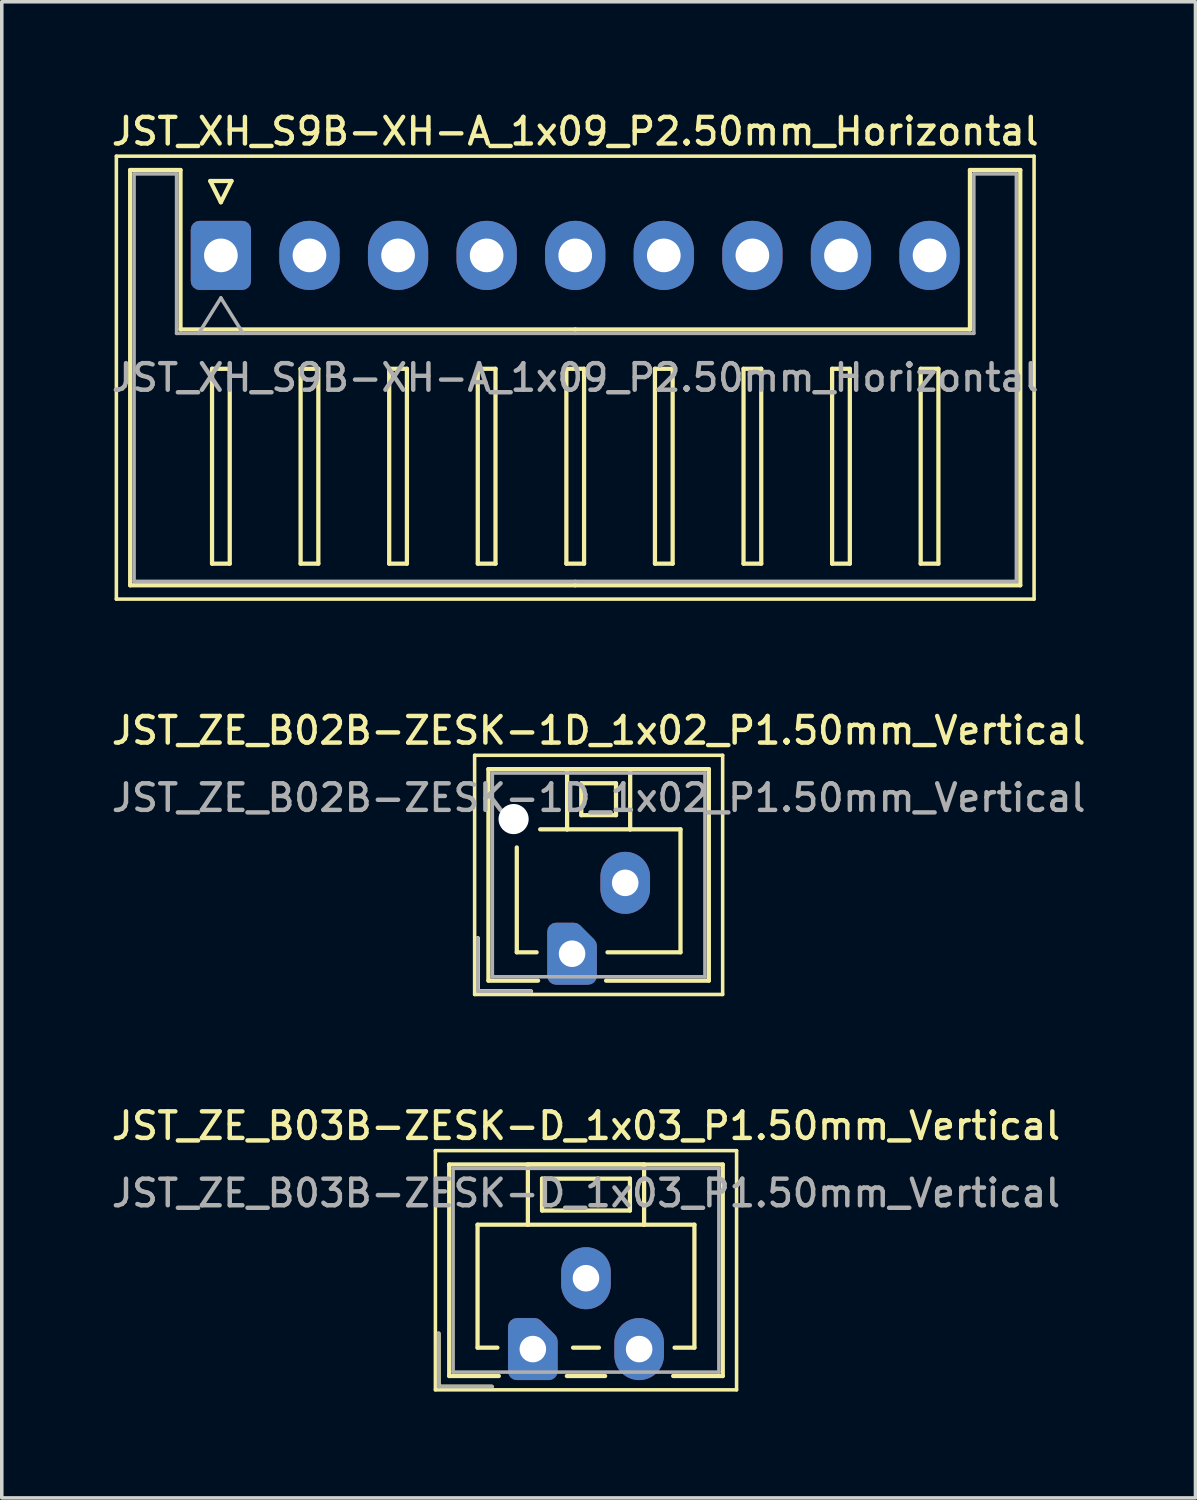
<source format=kicad_pcb>
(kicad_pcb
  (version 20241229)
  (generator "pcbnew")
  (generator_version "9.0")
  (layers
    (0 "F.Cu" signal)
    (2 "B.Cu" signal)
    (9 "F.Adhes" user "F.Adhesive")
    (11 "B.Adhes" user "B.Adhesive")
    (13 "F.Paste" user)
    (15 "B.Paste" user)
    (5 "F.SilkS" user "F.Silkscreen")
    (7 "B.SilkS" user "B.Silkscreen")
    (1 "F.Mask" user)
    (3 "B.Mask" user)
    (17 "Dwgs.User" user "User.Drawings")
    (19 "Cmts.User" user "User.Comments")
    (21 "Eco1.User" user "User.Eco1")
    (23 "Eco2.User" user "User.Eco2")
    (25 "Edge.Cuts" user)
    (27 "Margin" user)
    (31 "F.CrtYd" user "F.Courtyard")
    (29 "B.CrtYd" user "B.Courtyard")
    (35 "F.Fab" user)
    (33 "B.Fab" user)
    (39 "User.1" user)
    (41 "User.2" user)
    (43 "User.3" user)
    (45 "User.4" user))
  (footprint "JST_ZE_B02B-ZESK-1D_1x02_P1.50mm_Vertical"
    (layer "F.Cu")
    (at 13.095 23.866)
    (property "Reference" "JST_ZE_B02B-ZESK-1D_1x02_P1.50mm_Vertical" (at 0.75 -6.3 0) (layer "F.SilkS") (effects (font (size 0.75 0.75) (thickness 0.125))))
    (attr through_hole)
    (fp_line (start -2.75 -5.6) (end -2.75 1.15) (stroke (width 0.1) (type solid)) (layer "F.SilkS"))
    (fp_line (start -2.75 1.15) (end 4.25 1.15) (stroke (width 0.1) (type solid)) (layer "F.SilkS"))
    (fp_line (start -2.66 -0.44) (end -2.66 1.06) (stroke (width 0.12) (type solid)) (layer "F.SilkS"))
    (fp_line (start -2.66 1.06) (end -1.16 1.06) (stroke (width 0.12) (type solid)) (layer "F.SilkS"))
    (fp_line (start -2.36 -5.21) (end 3.86 -5.21) (stroke (width 0.12) (type solid)) (layer "F.SilkS"))
    (fp_line (start -2.36 0.76) (end -2.36 -5.21) (stroke (width 0.12) (type solid)) (layer "F.SilkS"))
    (fp_line (start -1.56 -3) (end -1.56 -0.04) (stroke (width 0.12) (type solid)) (layer "F.SilkS"))
    (fp_line (start -1.56 -0.04) (end -1 -0.04) (stroke (width 0.12) (type solid)) (layer "F.SilkS"))
    (fp_line (start -0.96 0.76) (end -2.36 0.76) (stroke (width 0.12) (type solid)) (layer "F.SilkS"))
    (fp_line (start -0.14 -5.21) (end -0.14 -3.51) (stroke (width 0.12) (type solid)) (layer "F.SilkS"))
    (fp_line (start -0.14 -3.51) (end -0.9 -3.51) (stroke (width 0.12) (type solid)) (layer "F.SilkS"))
    (fp_line (start -0.14 -3.51) (end 1.64 -3.51) (stroke (width 0.12) (type solid)) (layer "F.SilkS"))
    (fp_line (start 0.26 -4.81) (end 0.26 -3.91) (stroke (width 0.12) (type solid)) (layer "F.SilkS"))
    (fp_line (start 0.26 -3.91) (end 1.24 -3.91) (stroke (width 0.12) (type solid)) (layer "F.SilkS"))
    (fp_line (start 1.24 -4.81) (end 0.26 -4.81) (stroke (width 0.12) (type solid)) (layer "F.SilkS"))
    (fp_line (start 1.24 -3.91) (end 1.24 -4.81) (stroke (width 0.12) (type solid)) (layer "F.SilkS"))
    (fp_line (start 1.64 -5.21) (end -0.14 -5.21) (stroke (width 0.12) (type solid)) (layer "F.SilkS"))
    (fp_line (start 1.64 -3.51) (end 1.64 -5.21) (stroke (width 0.12) (type solid)) (layer "F.SilkS"))
    (fp_line (start 1.64 -3.51) (end 3.06 -3.51) (stroke (width 0.12) (type solid)) (layer "F.SilkS"))
    (fp_line (start 3.06 -3.51) (end 3.06 -0.04) (stroke (width 0.12) (type solid)) (layer "F.SilkS"))
    (fp_line (start 3.06 -0.04) (end 1 -0.04) (stroke (width 0.12) (type solid)) (layer "F.SilkS"))
    (fp_line (start 3.86 -5.21) (end 3.86 0.76) (stroke (width 0.12) (type solid)) (layer "F.SilkS"))
    (fp_line (start 3.86 0.76) (end 0.96 0.76) (stroke (width 0.12) (type solid)) (layer "F.SilkS"))
    (fp_line (start 4.25 -5.6) (end -2.75 -5.6) (stroke (width 0.1) (type solid)) (layer "F.SilkS"))
    (fp_line (start 4.25 1.15) (end 4.25 -5.6) (stroke (width 0.1) (type solid)) (layer "F.SilkS"))
    (fp_line (start -2.66 -0.44) (end -2.66 1.06) (stroke (width 0.1) (type solid)) (layer "F.Fab"))
    (fp_line (start -2.66 1.06) (end -1.16 1.06) (stroke (width 0.1) (type solid)) (layer "F.Fab"))
    (fp_line (start -2.25 -5.1) (end -2.25 0.65) (stroke (width 0.1) (type solid)) (layer "F.Fab"))
    (fp_line (start -2.25 0.65) (end 3.75 0.65) (stroke (width 0.1) (type solid)) (layer "F.Fab"))
    (fp_line (start 3.75 -5.1) (end -2.25 -5.1) (stroke (width 0.1) (type solid)) (layer "F.Fab"))
    (fp_line (start 3.75 0.65) (end 3.75 -5.1) (stroke (width 0.1) (type solid)) (layer "F.Fab"))
    (fp_text user "${REFERENCE}" (at 0.75 -4.4 0) (layer "F.Fab") (effects (font (size 0.75 0.75) (thickness 0.125))))
    (pad "" np_thru_hole circle (at -1.65 -3.8) (size 0.85 0.85) (drill 0.85) (layers "*.Cu" "*.Mask"))
    (pad "1" thru_hole custom (at 0 0) (size 1.117 1.117) (drill 0.75) (layers "*.Cu" "*.Mask") (options (anchor circle)) (primitives (gr_poly (pts (xy 0.45 -0.225) (xy 0.45 0.625) (xy -0.45 0.625) (xy -0.45 -0.625) (xy 0.05 -0.625)) (width 0.5) (fill yes))))
    (pad "2" thru_hole oval (at 1.5 -2) (size 1.4 1.75) (drill 0.75) (layers "*.Cu" "*.Mask")))
  (footprint "JST_ZE_B03B-ZESK-D_1x03_P1.50mm_Vertical"
    (layer "F.Cu")
    (at 11.988 35.024)
    (property "Reference" "JST_ZE_B03B-ZESK-D_1x03_P1.50mm_Vertical" (at 1.5 -6.3 0) (layer "F.SilkS") (effects (font (size 0.75 0.75) (thickness 0.125))))
    (attr through_hole)
    (fp_line (start -2.75 -5.6) (end -2.75 1.15) (stroke (width 0.1) (type solid)) (layer "F.SilkS"))
    (fp_line (start -2.75 1.15) (end 5.75 1.15) (stroke (width 0.1) (type solid)) (layer "F.SilkS"))
    (fp_line (start -2.66 -0.44) (end -2.66 1.06) (stroke (width 0.12) (type solid)) (layer "F.SilkS"))
    (fp_line (start -2.66 1.06) (end -1.16 1.06) (stroke (width 0.12) (type solid)) (layer "F.SilkS"))
    (fp_line (start -2.36 -5.21) (end 5.36 -5.21) (stroke (width 0.12) (type solid)) (layer "F.SilkS"))
    (fp_line (start -2.36 0.76) (end -2.36 -5.21) (stroke (width 0.12) (type solid)) (layer "F.SilkS"))
    (fp_line (start -1.56 -3.51) (end -1.56 -0.04) (stroke (width 0.12) (type solid)) (layer "F.SilkS"))
    (fp_line (start -1.56 -0.04) (end -1 -0.04) (stroke (width 0.12) (type solid)) (layer "F.SilkS"))
    (fp_line (start -0.96 0.76) (end -2.36 0.76) (stroke (width 0.12) (type solid)) (layer "F.SilkS"))
    (fp_line (start -0.14 -5.21) (end -0.14 -3.51) (stroke (width 0.12) (type solid)) (layer "F.SilkS"))
    (fp_line (start -0.14 -3.51) (end -1.56 -3.51) (stroke (width 0.12) (type solid)) (layer "F.SilkS"))
    (fp_line (start -0.14 -3.51) (end 3.14 -3.51) (stroke (width 0.12) (type solid)) (layer "F.SilkS"))
    (fp_line (start 0.26 -4.81) (end 0.26 -3.91) (stroke (width 0.12) (type solid)) (layer "F.SilkS"))
    (fp_line (start 0.26 -3.91) (end 2.74 -3.91) (stroke (width 0.12) (type solid)) (layer "F.SilkS"))
    (fp_line (start 0.96 0.76) (end 2.04 0.76) (stroke (width 0.12) (type solid)) (layer "F.SilkS"))
    (fp_line (start 1.135 -0.04) (end 1.865 -0.04) (stroke (width 0.12) (type solid)) (layer "F.SilkS"))
    (fp_line (start 2.74 -4.81) (end 0.26 -4.81) (stroke (width 0.12) (type solid)) (layer "F.SilkS"))
    (fp_line (start 2.74 -3.91) (end 2.74 -4.81) (stroke (width 0.12) (type solid)) (layer "F.SilkS"))
    (fp_line (start 3.14 -5.21) (end -0.14 -5.21) (stroke (width 0.12) (type solid)) (layer "F.SilkS"))
    (fp_line (start 3.14 -3.51) (end 3.14 -5.21) (stroke (width 0.12) (type solid)) (layer "F.SilkS"))
    (fp_line (start 3.14 -3.51) (end 4.56 -3.51) (stroke (width 0.12) (type solid)) (layer "F.SilkS"))
    (fp_line (start 4.56 -3.51) (end 4.56 -0.04) (stroke (width 0.12) (type solid)) (layer "F.SilkS"))
    (fp_line (start 4.56 -0.04) (end 4 -0.04) (stroke (width 0.12) (type solid)) (layer "F.SilkS"))
    (fp_line (start 5.36 -5.21) (end 5.36 0.76) (stroke (width 0.12) (type solid)) (layer "F.SilkS"))
    (fp_line (start 5.36 0.76) (end 3.96 0.76) (stroke (width 0.12) (type solid)) (layer "F.SilkS"))
    (fp_line (start 5.75 -5.6) (end -2.75 -5.6) (stroke (width 0.1) (type solid)) (layer "F.SilkS"))
    (fp_line (start 5.75 1.15) (end 5.75 -5.6) (stroke (width 0.1) (type solid)) (layer "F.SilkS"))
    (fp_line (start -2.66 -0.44) (end -2.66 1.06) (stroke (width 0.1) (type solid)) (layer "F.Fab"))
    (fp_line (start -2.66 1.06) (end -1.16 1.06) (stroke (width 0.1) (type solid)) (layer "F.Fab"))
    (fp_line (start -2.25 -5.1) (end -2.25 0.65) (stroke (width 0.1) (type solid)) (layer "F.Fab"))
    (fp_line (start -2.25 0.65) (end 5.25 0.65) (stroke (width 0.1) (type solid)) (layer "F.Fab"))
    (fp_line (start 5.25 -5.1) (end -2.25 -5.1) (stroke (width 0.1) (type solid)) (layer "F.Fab"))
    (fp_line (start 5.25 0.65) (end 5.25 -5.1) (stroke (width 0.1) (type solid)) (layer "F.Fab"))
    (fp_text user "${REFERENCE}" (at 1.5 -4.4 0) (layer "F.Fab") (effects (font (size 0.75 0.75) (thickness 0.125))))
    (pad "1" thru_hole custom (at 0 0) (size 1.117 1.117) (drill 0.75) (layers "*.Cu" "*.Mask") (options (anchor circle)) (primitives (gr_poly (pts (xy 0.45 -0.225) (xy 0.45 0.625) (xy -0.45 0.625) (xy -0.45 -0.625) (xy 0.05 -0.625)) (width 0.5) (fill yes))))
    (pad "2" thru_hole oval (at 1.5 -2) (size 1.4 1.75) (drill 0.75) (layers "*.Cu" "*.Mask"))
    (pad "3" thru_hole oval (at 3 0) (size 1.4 1.75) (drill 0.75) (layers "*.Cu" "*.Mask")))
  (footprint "JST_XH_S9B-XH-A_1x09_P2.50mm_Horizontal"
    (layer "F.Cu")
    (at 3.184 4.158)
    (property "Reference" "JST_XH_S9B-XH-A_1x09_P2.50mm_Horizontal" (at 10 -3.5 0) (layer "F.SilkS") (effects (font (size 0.75 0.75) (thickness 0.125))))
    (attr through_hole)
    (fp_line (start -2.95 -2.8) (end -2.95 9.7) (stroke (width 0.1) (type solid)) (layer "F.SilkS"))
    (fp_line (start -2.95 9.7) (end 22.95 9.7) (stroke (width 0.1) (type solid)) (layer "F.SilkS"))
    (fp_line (start -2.56 -2.41) (end -1.14 -2.41) (stroke (width 0.12) (type solid)) (layer "F.SilkS"))
    (fp_line (start -2.56 9.31) (end -2.56 -2.41) (stroke (width 0.12) (type solid)) (layer "F.SilkS"))
    (fp_line (start -1.14 -2.41) (end -1.14 2.09) (stroke (width 0.12) (type solid)) (layer "F.SilkS"))
    (fp_line (start -1.14 2.09) (end 10 2.09) (stroke (width 0.12) (type solid)) (layer "F.SilkS"))
    (fp_line (start -0.3 -2.1) (end 0.3 -2.1) (stroke (width 0.12) (type solid)) (layer "F.SilkS"))
    (fp_line (start -0.25 3.2) (end -0.25 8.7) (stroke (width 0.12) (type solid)) (layer "F.SilkS"))
    (fp_line (start -0.25 8.7) (end 0.25 8.7) (stroke (width 0.12) (type solid)) (layer "F.SilkS"))
    (fp_line (start 0 -1.5) (end -0.3 -2.1) (stroke (width 0.12) (type solid)) (layer "F.SilkS"))
    (fp_line (start 0.25 3.2) (end -0.25 3.2) (stroke (width 0.12) (type solid)) (layer "F.SilkS"))
    (fp_line (start 0.25 8.7) (end 0.25 3.2) (stroke (width 0.12) (type solid)) (layer "F.SilkS"))
    (fp_line (start 0.3 -2.1) (end 0 -1.5) (stroke (width 0.12) (type solid)) (layer "F.SilkS"))
    (fp_line (start 2.25 3.2) (end 2.25 8.7) (stroke (width 0.12) (type solid)) (layer "F.SilkS"))
    (fp_line (start 2.25 8.7) (end 2.75 8.7) (stroke (width 0.12) (type solid)) (layer "F.SilkS"))
    (fp_line (start 2.75 3.2) (end 2.25 3.2) (stroke (width 0.12) (type solid)) (layer "F.SilkS"))
    (fp_line (start 2.75 8.7) (end 2.75 3.2) (stroke (width 0.12) (type solid)) (layer "F.SilkS"))
    (fp_line (start 4.75 3.2) (end 4.75 8.7) (stroke (width 0.12) (type solid)) (layer "F.SilkS"))
    (fp_line (start 4.75 8.7) (end 5.25 8.7) (stroke (width 0.12) (type solid)) (layer "F.SilkS"))
    (fp_line (start 5.25 3.2) (end 4.75 3.2) (stroke (width 0.12) (type solid)) (layer "F.SilkS"))
    (fp_line (start 5.25 8.7) (end 5.25 3.2) (stroke (width 0.12) (type solid)) (layer "F.SilkS"))
    (fp_line (start 7.25 3.2) (end 7.25 8.7) (stroke (width 0.12) (type solid)) (layer "F.SilkS"))
    (fp_line (start 7.25 8.7) (end 7.75 8.7) (stroke (width 0.12) (type solid)) (layer "F.SilkS"))
    (fp_line (start 7.75 3.2) (end 7.25 3.2) (stroke (width 0.12) (type solid)) (layer "F.SilkS"))
    (fp_line (start 7.75 8.7) (end 7.75 3.2) (stroke (width 0.12) (type solid)) (layer "F.SilkS"))
    (fp_line (start 9.75 3.2) (end 9.75 8.7) (stroke (width 0.12) (type solid)) (layer "F.SilkS"))
    (fp_line (start 9.75 8.7) (end 10.25 8.7) (stroke (width 0.12) (type solid)) (layer "F.SilkS"))
    (fp_line (start 10 9.31) (end -2.56 9.31) (stroke (width 0.12) (type solid)) (layer "F.SilkS"))
    (fp_line (start 10 9.31) (end 22.56 9.31) (stroke (width 0.12) (type solid)) (layer "F.SilkS"))
    (fp_line (start 10.25 3.2) (end 9.75 3.2) (stroke (width 0.12) (type solid)) (layer "F.SilkS"))
    (fp_line (start 10.25 8.7) (end 10.25 3.2) (stroke (width 0.12) (type solid)) (layer "F.SilkS"))
    (fp_line (start 12.25 3.2) (end 12.25 8.7) (stroke (width 0.12) (type solid)) (layer "F.SilkS"))
    (fp_line (start 12.25 8.7) (end 12.75 8.7) (stroke (width 0.12) (type solid)) (layer "F.SilkS"))
    (fp_line (start 12.75 3.2) (end 12.25 3.2) (stroke (width 0.12) (type solid)) (layer "F.SilkS"))
    (fp_line (start 12.75 8.7) (end 12.75 3.2) (stroke (width 0.12) (type solid)) (layer "F.SilkS"))
    (fp_line (start 14.75 3.2) (end 14.75 8.7) (stroke (width 0.12) (type solid)) (layer "F.SilkS"))
    (fp_line (start 14.75 8.7) (end 15.25 8.7) (stroke (width 0.12) (type solid)) (layer "F.SilkS"))
    (fp_line (start 15.25 3.2) (end 14.75 3.2) (stroke (width 0.12) (type solid)) (layer "F.SilkS"))
    (fp_line (start 15.25 8.7) (end 15.25 3.2) (stroke (width 0.12) (type solid)) (layer "F.SilkS"))
    (fp_line (start 17.25 3.2) (end 17.25 8.7) (stroke (width 0.12) (type solid)) (layer "F.SilkS"))
    (fp_line (start 17.25 8.7) (end 17.75 8.7) (stroke (width 0.12) (type solid)) (layer "F.SilkS"))
    (fp_line (start 17.75 3.2) (end 17.25 3.2) (stroke (width 0.12) (type solid)) (layer "F.SilkS"))
    (fp_line (start 17.75 8.7) (end 17.75 3.2) (stroke (width 0.12) (type solid)) (layer "F.SilkS"))
    (fp_line (start 19.75 3.2) (end 19.75 8.7) (stroke (width 0.12) (type solid)) (layer "F.SilkS"))
    (fp_line (start 19.75 8.7) (end 20.25 8.7) (stroke (width 0.12) (type solid)) (layer "F.SilkS"))
    (fp_line (start 20.25 3.2) (end 19.75 3.2) (stroke (width 0.12) (type solid)) (layer "F.SilkS"))
    (fp_line (start 20.25 8.7) (end 20.25 3.2) (stroke (width 0.12) (type solid)) (layer "F.SilkS"))
    (fp_line (start 21.14 -2.41) (end 21.14 2.09) (stroke (width 0.12) (type solid)) (layer "F.SilkS"))
    (fp_line (start 21.14 2.09) (end 10 2.09) (stroke (width 0.12) (type solid)) (layer "F.SilkS"))
    (fp_line (start 22.56 -2.41) (end 21.14 -2.41) (stroke (width 0.12) (type solid)) (layer "F.SilkS"))
    (fp_line (start 22.56 9.31) (end 22.56 -2.41) (stroke (width 0.12) (type solid)) (layer "F.SilkS"))
    (fp_line (start 22.95 -2.8) (end -2.95 -2.8) (stroke (width 0.1) (type solid)) (layer "F.SilkS"))
    (fp_line (start 22.95 9.7) (end 22.95 -2.8) (stroke (width 0.1) (type solid)) (layer "F.SilkS"))
    (fp_line (start -2.45 -2.3) (end -1.25 -2.3) (stroke (width 0.1) (type solid)) (layer "F.Fab"))
    (fp_line (start -2.45 9.2) (end -2.45 -2.3) (stroke (width 0.1) (type solid)) (layer "F.Fab"))
    (fp_line (start -1.25 -2.3) (end -1.25 2.2) (stroke (width 0.1) (type solid)) (layer "F.Fab"))
    (fp_line (start -1.25 2.2) (end 10 2.2) (stroke (width 0.1) (type solid)) (layer "F.Fab"))
    (fp_line (start -0.625 2.2) (end 0 1.2) (stroke (width 0.1) (type solid)) (layer "F.Fab"))
    (fp_line (start 0 1.2) (end 0.625 2.2) (stroke (width 0.1) (type solid)) (layer "F.Fab"))
    (fp_line (start 10 9.2) (end -2.45 9.2) (stroke (width 0.1) (type solid)) (layer "F.Fab"))
    (fp_line (start 10 9.2) (end 22.45 9.2) (stroke (width 0.1) (type solid)) (layer "F.Fab"))
    (fp_line (start 21.25 -2.3) (end 21.25 2.2) (stroke (width 0.1) (type solid)) (layer "F.Fab"))
    (fp_line (start 21.25 2.2) (end 10 2.2) (stroke (width 0.1) (type solid)) (layer "F.Fab"))
    (fp_line (start 22.45 -2.3) (end 21.25 -2.3) (stroke (width 0.1) (type solid)) (layer "F.Fab"))
    (fp_line (start 22.45 9.2) (end 22.45 -2.3) (stroke (width 0.1) (type solid)) (layer "F.Fab"))
    (fp_text user "${REFERENCE}" (at 10 3.45 0) (layer "F.Fab") (effects (font (size 0.75 0.75) (thickness 0.125))))
    (pad "1" thru_hole roundrect (at 0 0) (size 1.7 1.95) (drill 0.95) (layers "*.Cu" "*.Mask") (roundrect_rratio 0.147))
    (pad "2" thru_hole oval (at 2.5 0) (size 1.7 1.95) (drill 0.95) (layers "*.Cu" "*.Mask"))
    (pad "3" thru_hole oval (at 5 0) (size 1.7 1.95) (drill 0.95) (layers "*.Cu" "*.Mask"))
    (pad "4" thru_hole oval (at 7.5 0) (size 1.7 1.95) (drill 0.95) (layers "*.Cu" "*.Mask"))
    (pad "5" thru_hole oval (at 10 0) (size 1.7 1.95) (drill 0.95) (layers "*.Cu" "*.Mask"))
    (pad "6" thru_hole oval (at 12.5 0) (size 1.7 1.95) (drill 0.95) (layers "*.Cu" "*.Mask"))
    (pad "7" thru_hole oval (at 15 0) (size 1.7 1.95) (drill 0.95) (layers "*.Cu" "*.Mask"))
    (pad "8" thru_hole oval (at 17.5 0) (size 1.7 1.95) (drill 0.95) (layers "*.Cu" "*.Mask"))
    (pad "9" thru_hole oval (at 20 0) (size 1.7 1.95) (drill 0.95) (layers "*.Cu" "*.Mask")))
  (gr_rect
    (start -3 -3)
    (end 30.689 39.224)
    (stroke (width 0.1) (type default))
    (fill no)
    (layer "Edge.Cuts")))
</source>
